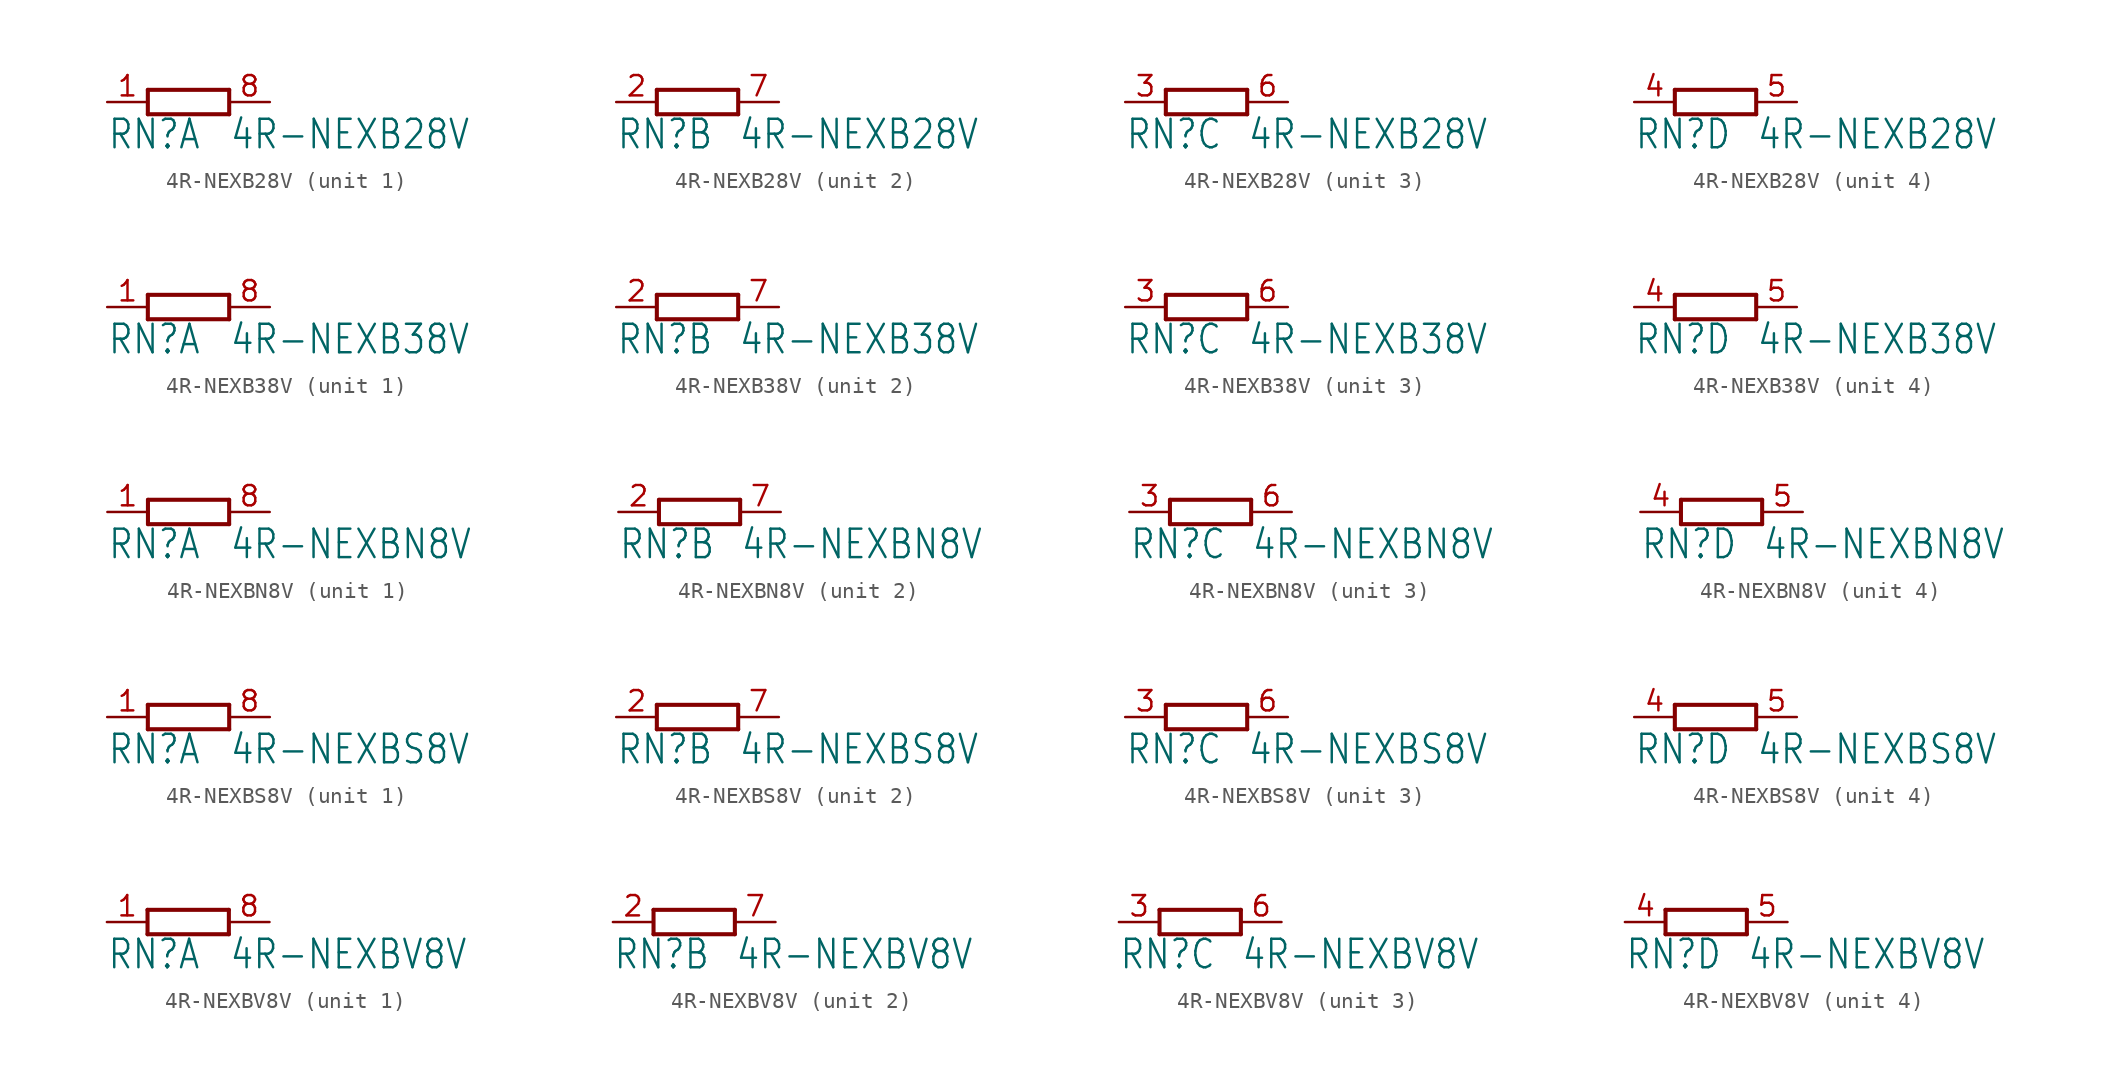
<source format=kicad_sym>
(kicad_symbol_lib
  (version 20211014)
  (generator kicad_symbol_editor)
  (symbol "4R-NEXB28V"
    (property "Reference" "RN"
      (at -5.08 -3.048 0)
      (effects (font (size 1.778 1.511)) (justify left bottom)))
    (property "Value" "4R-NEXB28V"
      (at 2.54 -3.048 0)
      (effects (font (size 1.778 1.511)) (justify left bottom)))
    (property "ki_locked" ""
      (at 0 0 0)
      (effects (font (size 1.27 1.27))))
    (symbol "4R-NEXB28V_1_0"
      (polyline (pts (xy -2.54 -0.762) (xy 2.54 -0.762)) (stroke (width 0.254) (type default) (color 0 0 0 0)) (fill (type none)))
      (polyline (pts (xy -2.54 0.762) (xy -2.54 -0.762)) (stroke (width 0.254) (type default) (color 0 0 0 0)) (fill (type none)))
      (polyline (pts (xy 2.54 -0.762) (xy 2.54 0.762)) (stroke (width 0.254) (type default) (color 0 0 0 0)) (fill (type none)))
      (polyline (pts (xy 2.54 0.762) (xy -2.54 0.762)) (stroke (width 0.254) (type default) (color 0 0 0 0)) (fill (type none)))
      (pin passive line (at -5.08 0 0) (length 2.54) (name "1" (effects (font (size 0 0)))) (number "1" (effects (font (size 1.27 1.27)))))
      (pin passive line (at 5.08 0 180) (length 2.54) (name "2" (effects (font (size 0 0)))) (number "8" (effects (font (size 1.27 1.27))))))
    (symbol "4R-NEXB28V_2_0"
      (polyline (pts (xy -2.54 -0.762) (xy 2.54 -0.762)) (stroke (width 0.254) (type default) (color 0 0 0 0)) (fill (type none)))
      (polyline (pts (xy -2.54 0.762) (xy -2.54 -0.762)) (stroke (width 0.254) (type default) (color 0 0 0 0)) (fill (type none)))
      (polyline (pts (xy 2.54 -0.762) (xy 2.54 0.762)) (stroke (width 0.254) (type default) (color 0 0 0 0)) (fill (type none)))
      (polyline (pts (xy 2.54 0.762) (xy -2.54 0.762)) (stroke (width 0.254) (type default) (color 0 0 0 0)) (fill (type none)))
      (pin passive line (at -5.08 0 0) (length 2.54) (name "1" (effects (font (size 0 0)))) (number "2" (effects (font (size 1.27 1.27)))))
      (pin passive line (at 5.08 0 180) (length 2.54) (name "2" (effects (font (size 0 0)))) (number "7" (effects (font (size 1.27 1.27))))))
    (symbol "4R-NEXB28V_3_0"
      (polyline (pts (xy -2.54 -0.762) (xy 2.54 -0.762)) (stroke (width 0.254) (type default) (color 0 0 0 0)) (fill (type none)))
      (polyline (pts (xy -2.54 0.762) (xy -2.54 -0.762)) (stroke (width 0.254) (type default) (color 0 0 0 0)) (fill (type none)))
      (polyline (pts (xy 2.54 -0.762) (xy 2.54 0.762)) (stroke (width 0.254) (type default) (color 0 0 0 0)) (fill (type none)))
      (polyline (pts (xy 2.54 0.762) (xy -2.54 0.762)) (stroke (width 0.254) (type default) (color 0 0 0 0)) (fill (type none)))
      (pin passive line (at -5.08 0 0) (length 2.54) (name "1" (effects (font (size 0 0)))) (number "3" (effects (font (size 1.27 1.27)))))
      (pin passive line (at 5.08 0 180) (length 2.54) (name "2" (effects (font (size 0 0)))) (number "6" (effects (font (size 1.27 1.27))))))
    (symbol "4R-NEXB28V_4_0"
      (polyline (pts (xy -2.54 -0.762) (xy 2.54 -0.762)) (stroke (width 0.254) (type default) (color 0 0 0 0)) (fill (type none)))
      (polyline (pts (xy -2.54 0.762) (xy -2.54 -0.762)) (stroke (width 0.254) (type default) (color 0 0 0 0)) (fill (type none)))
      (polyline (pts (xy 2.54 -0.762) (xy 2.54 0.762)) (stroke (width 0.254) (type default) (color 0 0 0 0)) (fill (type none)))
      (polyline (pts (xy 2.54 0.762) (xy -2.54 0.762)) (stroke (width 0.254) (type default) (color 0 0 0 0)) (fill (type none)))
      (pin passive line (at -5.08 0 0) (length 2.54) (name "1" (effects (font (size 0 0)))) (number "4" (effects (font (size 1.27 1.27)))))
      (pin passive line (at 5.08 0 180) (length 2.54) (name "2" (effects (font (size 0 0)))) (number "5" (effects (font (size 1.27 1.27)))))))
  (symbol "4R-NEXB38V"
    (property "Reference" "RN"
      (at -5.08 -3.048 0)
      (effects (font (size 1.778 1.511)) (justify left bottom)))
    (property "Value" "4R-NEXB38V"
      (at 2.54 -3.048 0)
      (effects (font (size 1.778 1.511)) (justify left bottom)))
    (property "ki_locked" ""
      (at 0 0 0)
      (effects (font (size 1.27 1.27))))
    (symbol "4R-NEXB38V_1_0"
      (polyline (pts (xy -2.54 -0.762) (xy 2.54 -0.762)) (stroke (width 0.254) (type default) (color 0 0 0 0)) (fill (type none)))
      (polyline (pts (xy -2.54 0.762) (xy -2.54 -0.762)) (stroke (width 0.254) (type default) (color 0 0 0 0)) (fill (type none)))
      (polyline (pts (xy 2.54 -0.762) (xy 2.54 0.762)) (stroke (width 0.254) (type default) (color 0 0 0 0)) (fill (type none)))
      (polyline (pts (xy 2.54 0.762) (xy -2.54 0.762)) (stroke (width 0.254) (type default) (color 0 0 0 0)) (fill (type none)))
      (pin passive line (at -5.08 0 0) (length 2.54) (name "1" (effects (font (size 0 0)))) (number "1" (effects (font (size 1.27 1.27)))))
      (pin passive line (at 5.08 0 180) (length 2.54) (name "2" (effects (font (size 0 0)))) (number "8" (effects (font (size 1.27 1.27))))))
    (symbol "4R-NEXB38V_2_0"
      (polyline (pts (xy -2.54 -0.762) (xy 2.54 -0.762)) (stroke (width 0.254) (type default) (color 0 0 0 0)) (fill (type none)))
      (polyline (pts (xy -2.54 0.762) (xy -2.54 -0.762)) (stroke (width 0.254) (type default) (color 0 0 0 0)) (fill (type none)))
      (polyline (pts (xy 2.54 -0.762) (xy 2.54 0.762)) (stroke (width 0.254) (type default) (color 0 0 0 0)) (fill (type none)))
      (polyline (pts (xy 2.54 0.762) (xy -2.54 0.762)) (stroke (width 0.254) (type default) (color 0 0 0 0)) (fill (type none)))
      (pin passive line (at -5.08 0 0) (length 2.54) (name "1" (effects (font (size 0 0)))) (number "2" (effects (font (size 1.27 1.27)))))
      (pin passive line (at 5.08 0 180) (length 2.54) (name "2" (effects (font (size 0 0)))) (number "7" (effects (font (size 1.27 1.27))))))
    (symbol "4R-NEXB38V_3_0"
      (polyline (pts (xy -2.54 -0.762) (xy 2.54 -0.762)) (stroke (width 0.254) (type default) (color 0 0 0 0)) (fill (type none)))
      (polyline (pts (xy -2.54 0.762) (xy -2.54 -0.762)) (stroke (width 0.254) (type default) (color 0 0 0 0)) (fill (type none)))
      (polyline (pts (xy 2.54 -0.762) (xy 2.54 0.762)) (stroke (width 0.254) (type default) (color 0 0 0 0)) (fill (type none)))
      (polyline (pts (xy 2.54 0.762) (xy -2.54 0.762)) (stroke (width 0.254) (type default) (color 0 0 0 0)) (fill (type none)))
      (pin passive line (at -5.08 0 0) (length 2.54) (name "1" (effects (font (size 0 0)))) (number "3" (effects (font (size 1.27 1.27)))))
      (pin passive line (at 5.08 0 180) (length 2.54) (name "2" (effects (font (size 0 0)))) (number "6" (effects (font (size 1.27 1.27))))))
    (symbol "4R-NEXB38V_4_0"
      (polyline (pts (xy -2.54 -0.762) (xy 2.54 -0.762)) (stroke (width 0.254) (type default) (color 0 0 0 0)) (fill (type none)))
      (polyline (pts (xy -2.54 0.762) (xy -2.54 -0.762)) (stroke (width 0.254) (type default) (color 0 0 0 0)) (fill (type none)))
      (polyline (pts (xy 2.54 -0.762) (xy 2.54 0.762)) (stroke (width 0.254) (type default) (color 0 0 0 0)) (fill (type none)))
      (polyline (pts (xy 2.54 0.762) (xy -2.54 0.762)) (stroke (width 0.254) (type default) (color 0 0 0 0)) (fill (type none)))
      (pin passive line (at -5.08 0 0) (length 2.54) (name "1" (effects (font (size 0 0)))) (number "4" (effects (font (size 1.27 1.27)))))
      (pin passive line (at 5.08 0 180) (length 2.54) (name "2" (effects (font (size 0 0)))) (number "5" (effects (font (size 1.27 1.27)))))))
  (symbol "4R-NEXBN8V"
    (property "Reference" "RN"
      (at -5.08 -3.048 0)
      (effects (font (size 1.778 1.511)) (justify left bottom)))
    (property "Value" "4R-NEXBN8V"
      (at 2.54 -3.048 0)
      (effects (font (size 1.778 1.511)) (justify left bottom)))
    (property "ki_locked" ""
      (at 0 0 0)
      (effects (font (size 1.27 1.27))))
    (symbol "4R-NEXBN8V_1_0"
      (polyline (pts (xy -2.54 -0.762) (xy 2.54 -0.762)) (stroke (width 0.254) (type default) (color 0 0 0 0)) (fill (type none)))
      (polyline (pts (xy -2.54 0.762) (xy -2.54 -0.762)) (stroke (width 0.254) (type default) (color 0 0 0 0)) (fill (type none)))
      (polyline (pts (xy 2.54 -0.762) (xy 2.54 0.762)) (stroke (width 0.254) (type default) (color 0 0 0 0)) (fill (type none)))
      (polyline (pts (xy 2.54 0.762) (xy -2.54 0.762)) (stroke (width 0.254) (type default) (color 0 0 0 0)) (fill (type none)))
      (pin passive line (at -5.08 0 0) (length 2.54) (name "1" (effects (font (size 0 0)))) (number "1" (effects (font (size 1.27 1.27)))))
      (pin passive line (at 5.08 0 180) (length 2.54) (name "2" (effects (font (size 0 0)))) (number "8" (effects (font (size 1.27 1.27))))))
    (symbol "4R-NEXBN8V_2_0"
      (polyline (pts (xy -2.54 -0.762) (xy 2.54 -0.762)) (stroke (width 0.254) (type default) (color 0 0 0 0)) (fill (type none)))
      (polyline (pts (xy -2.54 0.762) (xy -2.54 -0.762)) (stroke (width 0.254) (type default) (color 0 0 0 0)) (fill (type none)))
      (polyline (pts (xy 2.54 -0.762) (xy 2.54 0.762)) (stroke (width 0.254) (type default) (color 0 0 0 0)) (fill (type none)))
      (polyline (pts (xy 2.54 0.762) (xy -2.54 0.762)) (stroke (width 0.254) (type default) (color 0 0 0 0)) (fill (type none)))
      (pin passive line (at -5.08 0 0) (length 2.54) (name "1" (effects (font (size 0 0)))) (number "2" (effects (font (size 1.27 1.27)))))
      (pin passive line (at 5.08 0 180) (length 2.54) (name "2" (effects (font (size 0 0)))) (number "7" (effects (font (size 1.27 1.27))))))
    (symbol "4R-NEXBN8V_3_0"
      (polyline (pts (xy -2.54 -0.762) (xy 2.54 -0.762)) (stroke (width 0.254) (type default) (color 0 0 0 0)) (fill (type none)))
      (polyline (pts (xy -2.54 0.762) (xy -2.54 -0.762)) (stroke (width 0.254) (type default) (color 0 0 0 0)) (fill (type none)))
      (polyline (pts (xy 2.54 -0.762) (xy 2.54 0.762)) (stroke (width 0.254) (type default) (color 0 0 0 0)) (fill (type none)))
      (polyline (pts (xy 2.54 0.762) (xy -2.54 0.762)) (stroke (width 0.254) (type default) (color 0 0 0 0)) (fill (type none)))
      (pin passive line (at -5.08 0 0) (length 2.54) (name "1" (effects (font (size 0 0)))) (number "3" (effects (font (size 1.27 1.27)))))
      (pin passive line (at 5.08 0 180) (length 2.54) (name "2" (effects (font (size 0 0)))) (number "6" (effects (font (size 1.27 1.27))))))
    (symbol "4R-NEXBN8V_4_0"
      (polyline (pts (xy -2.54 -0.762) (xy 2.54 -0.762)) (stroke (width 0.254) (type default) (color 0 0 0 0)) (fill (type none)))
      (polyline (pts (xy -2.54 0.762) (xy -2.54 -0.762)) (stroke (width 0.254) (type default) (color 0 0 0 0)) (fill (type none)))
      (polyline (pts (xy 2.54 -0.762) (xy 2.54 0.762)) (stroke (width 0.254) (type default) (color 0 0 0 0)) (fill (type none)))
      (polyline (pts (xy 2.54 0.762) (xy -2.54 0.762)) (stroke (width 0.254) (type default) (color 0 0 0 0)) (fill (type none)))
      (pin passive line (at -5.08 0 0) (length 2.54) (name "1" (effects (font (size 0 0)))) (number "4" (effects (font (size 1.27 1.27)))))
      (pin passive line (at 5.08 0 180) (length 2.54) (name "2" (effects (font (size 0 0)))) (number "5" (effects (font (size 1.27 1.27)))))))
  (symbol "4R-NEXBS8V"
    (property "Reference" "RN"
      (at -5.08 -3.048 0)
      (effects (font (size 1.778 1.511)) (justify left bottom)))
    (property "Value" "4R-NEXBS8V"
      (at 2.54 -3.048 0)
      (effects (font (size 1.778 1.511)) (justify left bottom)))
    (property "ki_locked" ""
      (at 0 0 0)
      (effects (font (size 1.27 1.27))))
    (symbol "4R-NEXBS8V_1_0"
      (polyline (pts (xy -2.54 -0.762) (xy 2.54 -0.762)) (stroke (width 0.254) (type default) (color 0 0 0 0)) (fill (type none)))
      (polyline (pts (xy -2.54 0.762) (xy -2.54 -0.762)) (stroke (width 0.254) (type default) (color 0 0 0 0)) (fill (type none)))
      (polyline (pts (xy 2.54 -0.762) (xy 2.54 0.762)) (stroke (width 0.254) (type default) (color 0 0 0 0)) (fill (type none)))
      (polyline (pts (xy 2.54 0.762) (xy -2.54 0.762)) (stroke (width 0.254) (type default) (color 0 0 0 0)) (fill (type none)))
      (pin passive line (at -5.08 0 0) (length 2.54) (name "1" (effects (font (size 0 0)))) (number "1" (effects (font (size 1.27 1.27)))))
      (pin passive line (at 5.08 0 180) (length 2.54) (name "2" (effects (font (size 0 0)))) (number "8" (effects (font (size 1.27 1.27))))))
    (symbol "4R-NEXBS8V_2_0"
      (polyline (pts (xy -2.54 -0.762) (xy 2.54 -0.762)) (stroke (width 0.254) (type default) (color 0 0 0 0)) (fill (type none)))
      (polyline (pts (xy -2.54 0.762) (xy -2.54 -0.762)) (stroke (width 0.254) (type default) (color 0 0 0 0)) (fill (type none)))
      (polyline (pts (xy 2.54 -0.762) (xy 2.54 0.762)) (stroke (width 0.254) (type default) (color 0 0 0 0)) (fill (type none)))
      (polyline (pts (xy 2.54 0.762) (xy -2.54 0.762)) (stroke (width 0.254) (type default) (color 0 0 0 0)) (fill (type none)))
      (pin passive line (at -5.08 0 0) (length 2.54) (name "1" (effects (font (size 0 0)))) (number "2" (effects (font (size 1.27 1.27)))))
      (pin passive line (at 5.08 0 180) (length 2.54) (name "2" (effects (font (size 0 0)))) (number "7" (effects (font (size 1.27 1.27))))))
    (symbol "4R-NEXBS8V_3_0"
      (polyline (pts (xy -2.54 -0.762) (xy 2.54 -0.762)) (stroke (width 0.254) (type default) (color 0 0 0 0)) (fill (type none)))
      (polyline (pts (xy -2.54 0.762) (xy -2.54 -0.762)) (stroke (width 0.254) (type default) (color 0 0 0 0)) (fill (type none)))
      (polyline (pts (xy 2.54 -0.762) (xy 2.54 0.762)) (stroke (width 0.254) (type default) (color 0 0 0 0)) (fill (type none)))
      (polyline (pts (xy 2.54 0.762) (xy -2.54 0.762)) (stroke (width 0.254) (type default) (color 0 0 0 0)) (fill (type none)))
      (pin passive line (at -5.08 0 0) (length 2.54) (name "1" (effects (font (size 0 0)))) (number "3" (effects (font (size 1.27 1.27)))))
      (pin passive line (at 5.08 0 180) (length 2.54) (name "2" (effects (font (size 0 0)))) (number "6" (effects (font (size 1.27 1.27))))))
    (symbol "4R-NEXBS8V_4_0"
      (polyline (pts (xy -2.54 -0.762) (xy 2.54 -0.762)) (stroke (width 0.254) (type default) (color 0 0 0 0)) (fill (type none)))
      (polyline (pts (xy -2.54 0.762) (xy -2.54 -0.762)) (stroke (width 0.254) (type default) (color 0 0 0 0)) (fill (type none)))
      (polyline (pts (xy 2.54 -0.762) (xy 2.54 0.762)) (stroke (width 0.254) (type default) (color 0 0 0 0)) (fill (type none)))
      (polyline (pts (xy 2.54 0.762) (xy -2.54 0.762)) (stroke (width 0.254) (type default) (color 0 0 0 0)) (fill (type none)))
      (pin passive line (at -5.08 0 0) (length 2.54) (name "1" (effects (font (size 0 0)))) (number "4" (effects (font (size 1.27 1.27)))))
      (pin passive line (at 5.08 0 180) (length 2.54) (name "2" (effects (font (size 0 0)))) (number "5" (effects (font (size 1.27 1.27)))))))
  (symbol "4R-NEXBV8V"
    (property "Reference" "RN"
      (at -5.08 -3.048 0)
      (effects (font (size 1.778 1.511)) (justify left bottom)))
    (property "Value" "4R-NEXBV8V"
      (at 2.54 -3.048 0)
      (effects (font (size 1.778 1.511)) (justify left bottom)))
    (property "ki_locked" ""
      (at 0 0 0)
      (effects (font (size 1.27 1.27))))
    (symbol "4R-NEXBV8V_1_0"
      (polyline (pts (xy -2.54 -0.762) (xy 2.54 -0.762)) (stroke (width 0.254) (type default) (color 0 0 0 0)) (fill (type none)))
      (polyline (pts (xy -2.54 0.762) (xy -2.54 -0.762)) (stroke (width 0.254) (type default) (color 0 0 0 0)) (fill (type none)))
      (polyline (pts (xy 2.54 -0.762) (xy 2.54 0.762)) (stroke (width 0.254) (type default) (color 0 0 0 0)) (fill (type none)))
      (polyline (pts (xy 2.54 0.762) (xy -2.54 0.762)) (stroke (width 0.254) (type default) (color 0 0 0 0)) (fill (type none)))
      (pin passive line (at -5.08 0 0) (length 2.54) (name "1" (effects (font (size 0 0)))) (number "1" (effects (font (size 1.27 1.27)))))
      (pin passive line (at 5.08 0 180) (length 2.54) (name "2" (effects (font (size 0 0)))) (number "8" (effects (font (size 1.27 1.27))))))
    (symbol "4R-NEXBV8V_2_0"
      (polyline (pts (xy -2.54 -0.762) (xy 2.54 -0.762)) (stroke (width 0.254) (type default) (color 0 0 0 0)) (fill (type none)))
      (polyline (pts (xy -2.54 0.762) (xy -2.54 -0.762)) (stroke (width 0.254) (type default) (color 0 0 0 0)) (fill (type none)))
      (polyline (pts (xy 2.54 -0.762) (xy 2.54 0.762)) (stroke (width 0.254) (type default) (color 0 0 0 0)) (fill (type none)))
      (polyline (pts (xy 2.54 0.762) (xy -2.54 0.762)) (stroke (width 0.254) (type default) (color 0 0 0 0)) (fill (type none)))
      (pin passive line (at -5.08 0 0) (length 2.54) (name "1" (effects (font (size 0 0)))) (number "2" (effects (font (size 1.27 1.27)))))
      (pin passive line (at 5.08 0 180) (length 2.54) (name "2" (effects (font (size 0 0)))) (number "7" (effects (font (size 1.27 1.27))))))
    (symbol "4R-NEXBV8V_3_0"
      (polyline (pts (xy -2.54 -0.762) (xy 2.54 -0.762)) (stroke (width 0.254) (type default) (color 0 0 0 0)) (fill (type none)))
      (polyline (pts (xy -2.54 0.762) (xy -2.54 -0.762)) (stroke (width 0.254) (type default) (color 0 0 0 0)) (fill (type none)))
      (polyline (pts (xy 2.54 -0.762) (xy 2.54 0.762)) (stroke (width 0.254) (type default) (color 0 0 0 0)) (fill (type none)))
      (polyline (pts (xy 2.54 0.762) (xy -2.54 0.762)) (stroke (width 0.254) (type default) (color 0 0 0 0)) (fill (type none)))
      (pin passive line (at -5.08 0 0) (length 2.54) (name "1" (effects (font (size 0 0)))) (number "3" (effects (font (size 1.27 1.27)))))
      (pin passive line (at 5.08 0 180) (length 2.54) (name "2" (effects (font (size 0 0)))) (number "6" (effects (font (size 1.27 1.27))))))
    (symbol "4R-NEXBV8V_4_0"
      (polyline (pts (xy -2.54 -0.762) (xy 2.54 -0.762)) (stroke (width 0.254) (type default) (color 0 0 0 0)) (fill (type none)))
      (polyline (pts (xy -2.54 0.762) (xy -2.54 -0.762)) (stroke (width 0.254) (type default) (color 0 0 0 0)) (fill (type none)))
      (polyline (pts (xy 2.54 -0.762) (xy 2.54 0.762)) (stroke (width 0.254) (type default) (color 0 0 0 0)) (fill (type none)))
      (polyline (pts (xy 2.54 0.762) (xy -2.54 0.762)) (stroke (width 0.254) (type default) (color 0 0 0 0)) (fill (type none)))
      (pin passive line (at -5.08 0 0) (length 2.54) (name "1" (effects (font (size 0 0)))) (number "4" (effects (font (size 1.27 1.27)))))
      (pin passive line (at 5.08 0 180) (length 2.54) (name "2" (effects (font (size 0 0)))) (number "5" (effects (font (size 1.27 1.27))))))))
</source>
